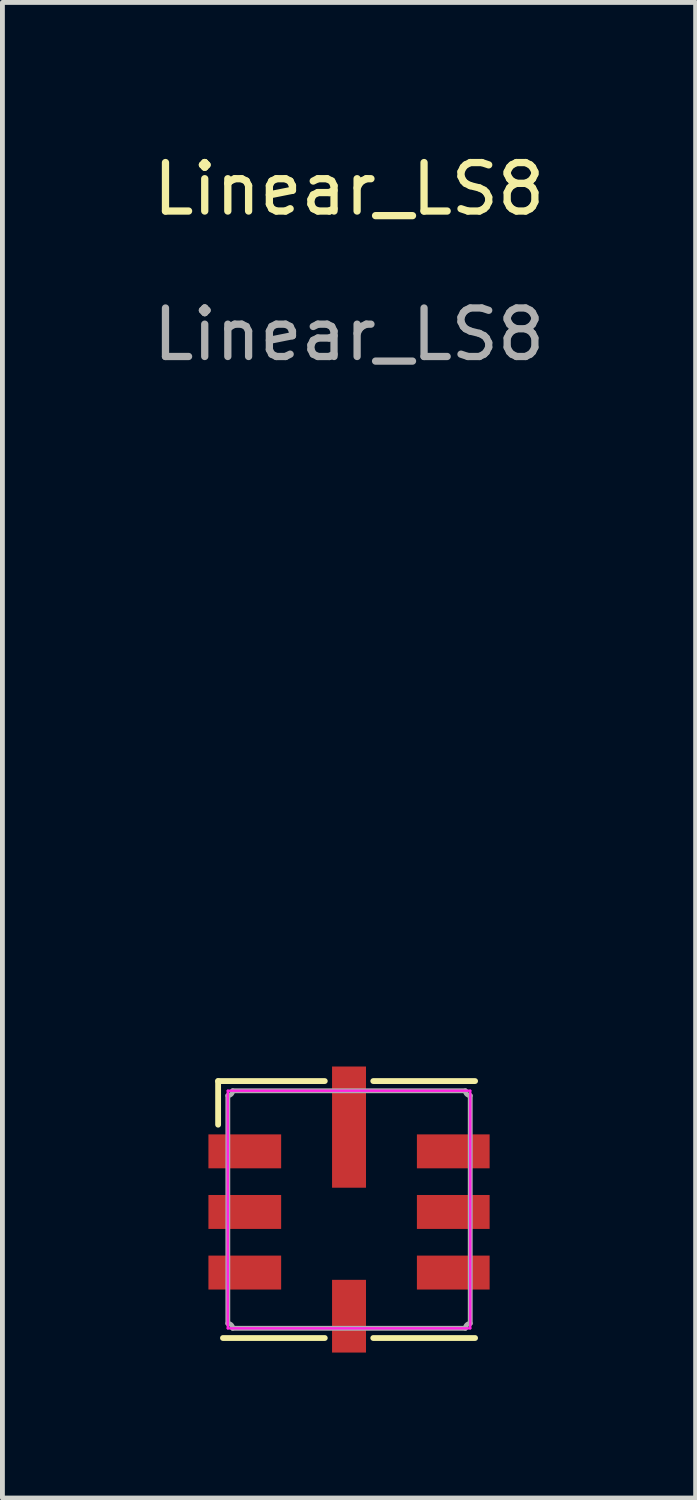
<source format=kicad_pcb>
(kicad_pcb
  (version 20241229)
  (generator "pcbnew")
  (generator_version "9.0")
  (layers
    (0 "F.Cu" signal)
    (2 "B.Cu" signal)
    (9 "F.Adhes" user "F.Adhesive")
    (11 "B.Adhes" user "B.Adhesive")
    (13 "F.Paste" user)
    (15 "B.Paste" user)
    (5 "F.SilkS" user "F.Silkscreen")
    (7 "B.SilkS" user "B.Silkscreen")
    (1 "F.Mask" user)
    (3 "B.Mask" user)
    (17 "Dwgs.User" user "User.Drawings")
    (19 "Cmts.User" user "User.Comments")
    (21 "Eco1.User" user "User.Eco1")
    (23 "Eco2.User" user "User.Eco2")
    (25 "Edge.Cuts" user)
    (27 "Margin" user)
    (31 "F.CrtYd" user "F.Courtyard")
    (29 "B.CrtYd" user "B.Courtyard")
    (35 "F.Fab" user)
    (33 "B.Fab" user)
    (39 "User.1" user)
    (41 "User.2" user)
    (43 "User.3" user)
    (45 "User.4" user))
  (footprint "Linear_LS8"
    (layer "F.Cu")
    (at 4.149 21.948)
    (property "Reference" "Linear_LS8" (at 0 -21.1 0) (unlocked yes) (layer "F.SilkS") (effects (font (size 1 1) (thickness 0.15))))
    (attr smd)
    (fp_line (start -2.7 -2.7) (end -2.7 -1.8) (stroke (width 0.12) (type solid)) (layer "F.SilkS"))
    (fp_line (start -2.6 2.6) (end -0.5 2.6) (stroke (width 0.12) (type solid)) (layer "F.SilkS"))
    (fp_line (start -0.5 -2.7) (end -2.7 -2.7) (stroke (width 0.12) (type solid)) (layer "F.SilkS"))
    (fp_line (start 0.5 -2.7) (end 2.6 -2.7) (stroke (width 0.12) (type solid)) (layer "F.SilkS"))
    (fp_line (start 0.5 2.6) (end 2.6 2.6) (stroke (width 0.12) (type solid)) (layer "F.SilkS"))
    (fp_line (start -2.5 -2.5) (end 2.5 -2.5) (stroke (width 0.05) (type solid)) (layer "F.CrtYd"))
    (fp_line (start -2.5 2.4) (end -2.5 -2.5) (stroke (width 0.05) (type solid)) (layer "F.CrtYd"))
    (fp_line (start 2.5 -2.5) (end 2.5 2.4) (stroke (width 0.05) (type solid)) (layer "F.CrtYd"))
    (fp_line (start 2.5 2.4) (end -2.5 2.4) (stroke (width 0.05) (type solid)) (layer "F.CrtYd"))
    (fp_line (start -2.5 -2.4) (end -2.5 2.3) (stroke (width 0.1) (type solid)) (layer "F.Fab"))
    (fp_line (start -2.4 2.4) (end 2.4 2.4) (stroke (width 0.1) (type solid)) (layer "F.Fab"))
    (fp_line (start 2.4 -2.5) (end -2.4 -2.5) (stroke (width 0.1) (type solid)) (layer "F.Fab"))
    (fp_line (start 2.5 2.3) (end 2.5 -2.4) (stroke (width 0.1) (type solid)) (layer "F.Fab"))
    (fp_arc (start -2.5 2.3) (mid -2.429289 2.329289) (end -2.4 2.4) (stroke (width 0.1) (type solid)) (layer "F.Fab"))
    (fp_arc (start -2.4 -2.5) (mid -2.429289 -2.429289) (end -2.5 -2.4) (stroke (width 0.1) (type solid)) (layer "F.Fab"))
    (fp_arc (start 2.4 2.4) (mid 2.429289 2.329289) (end 2.5 2.3) (stroke (width 0.1) (type solid)) (layer "F.Fab"))
    (fp_arc (start 2.5 -2.4) (mid 2.429289 -2.429289) (end 2.4 -2.5) (stroke (width 0.1) (type solid)) (layer "F.Fab"))
    (fp_text user "${REFERENCE}" (at 0 -18.1 0) (unlocked yes) (layer "F.Fab") (effects (font (size 1 1) (thickness 0.15))))
    (pad "1" smd rect (at -2.15 -1.25) (size 1.5 0.7) (layers "F.Cu" "F.Mask" "F.Paste"))
    (pad "2" smd rect (at -2.15 0) (size 1.5 0.7) (layers "F.Cu" "F.Mask" "F.Paste"))
    (pad "3" smd rect (at -2.15 1.25) (size 1.5 0.7) (layers "F.Cu" "F.Mask" "F.Paste"))
    (pad "4" smd rect (at 0 2.15) (size 0.7 1.5) (layers "F.Cu" "F.Mask" "F.Paste"))
    (pad "5" smd rect (at 2.15 1.25) (size 1.5 0.7) (layers "F.Cu" "F.Mask" "F.Paste"))
    (pad "6" smd rect (at 2.15 0) (size 1.5 0.7) (layers "F.Cu" "F.Mask" "F.Paste"))
    (pad "7" smd rect (at 2.15 -1.25) (size 1.5 0.7) (layers "F.Cu" "F.Mask" "F.Paste"))
    (pad "8" smd rect (at 0 -1.75) (size 0.7 2.5) (layers "F.Cu" "F.Mask" "F.Paste")))
  (gr_rect
    (start -3 -3)
    (end 11.298 27.848)
    (stroke (width 0.1) (type default))
    (fill no)
    (layer "Edge.Cuts")))
</source>
